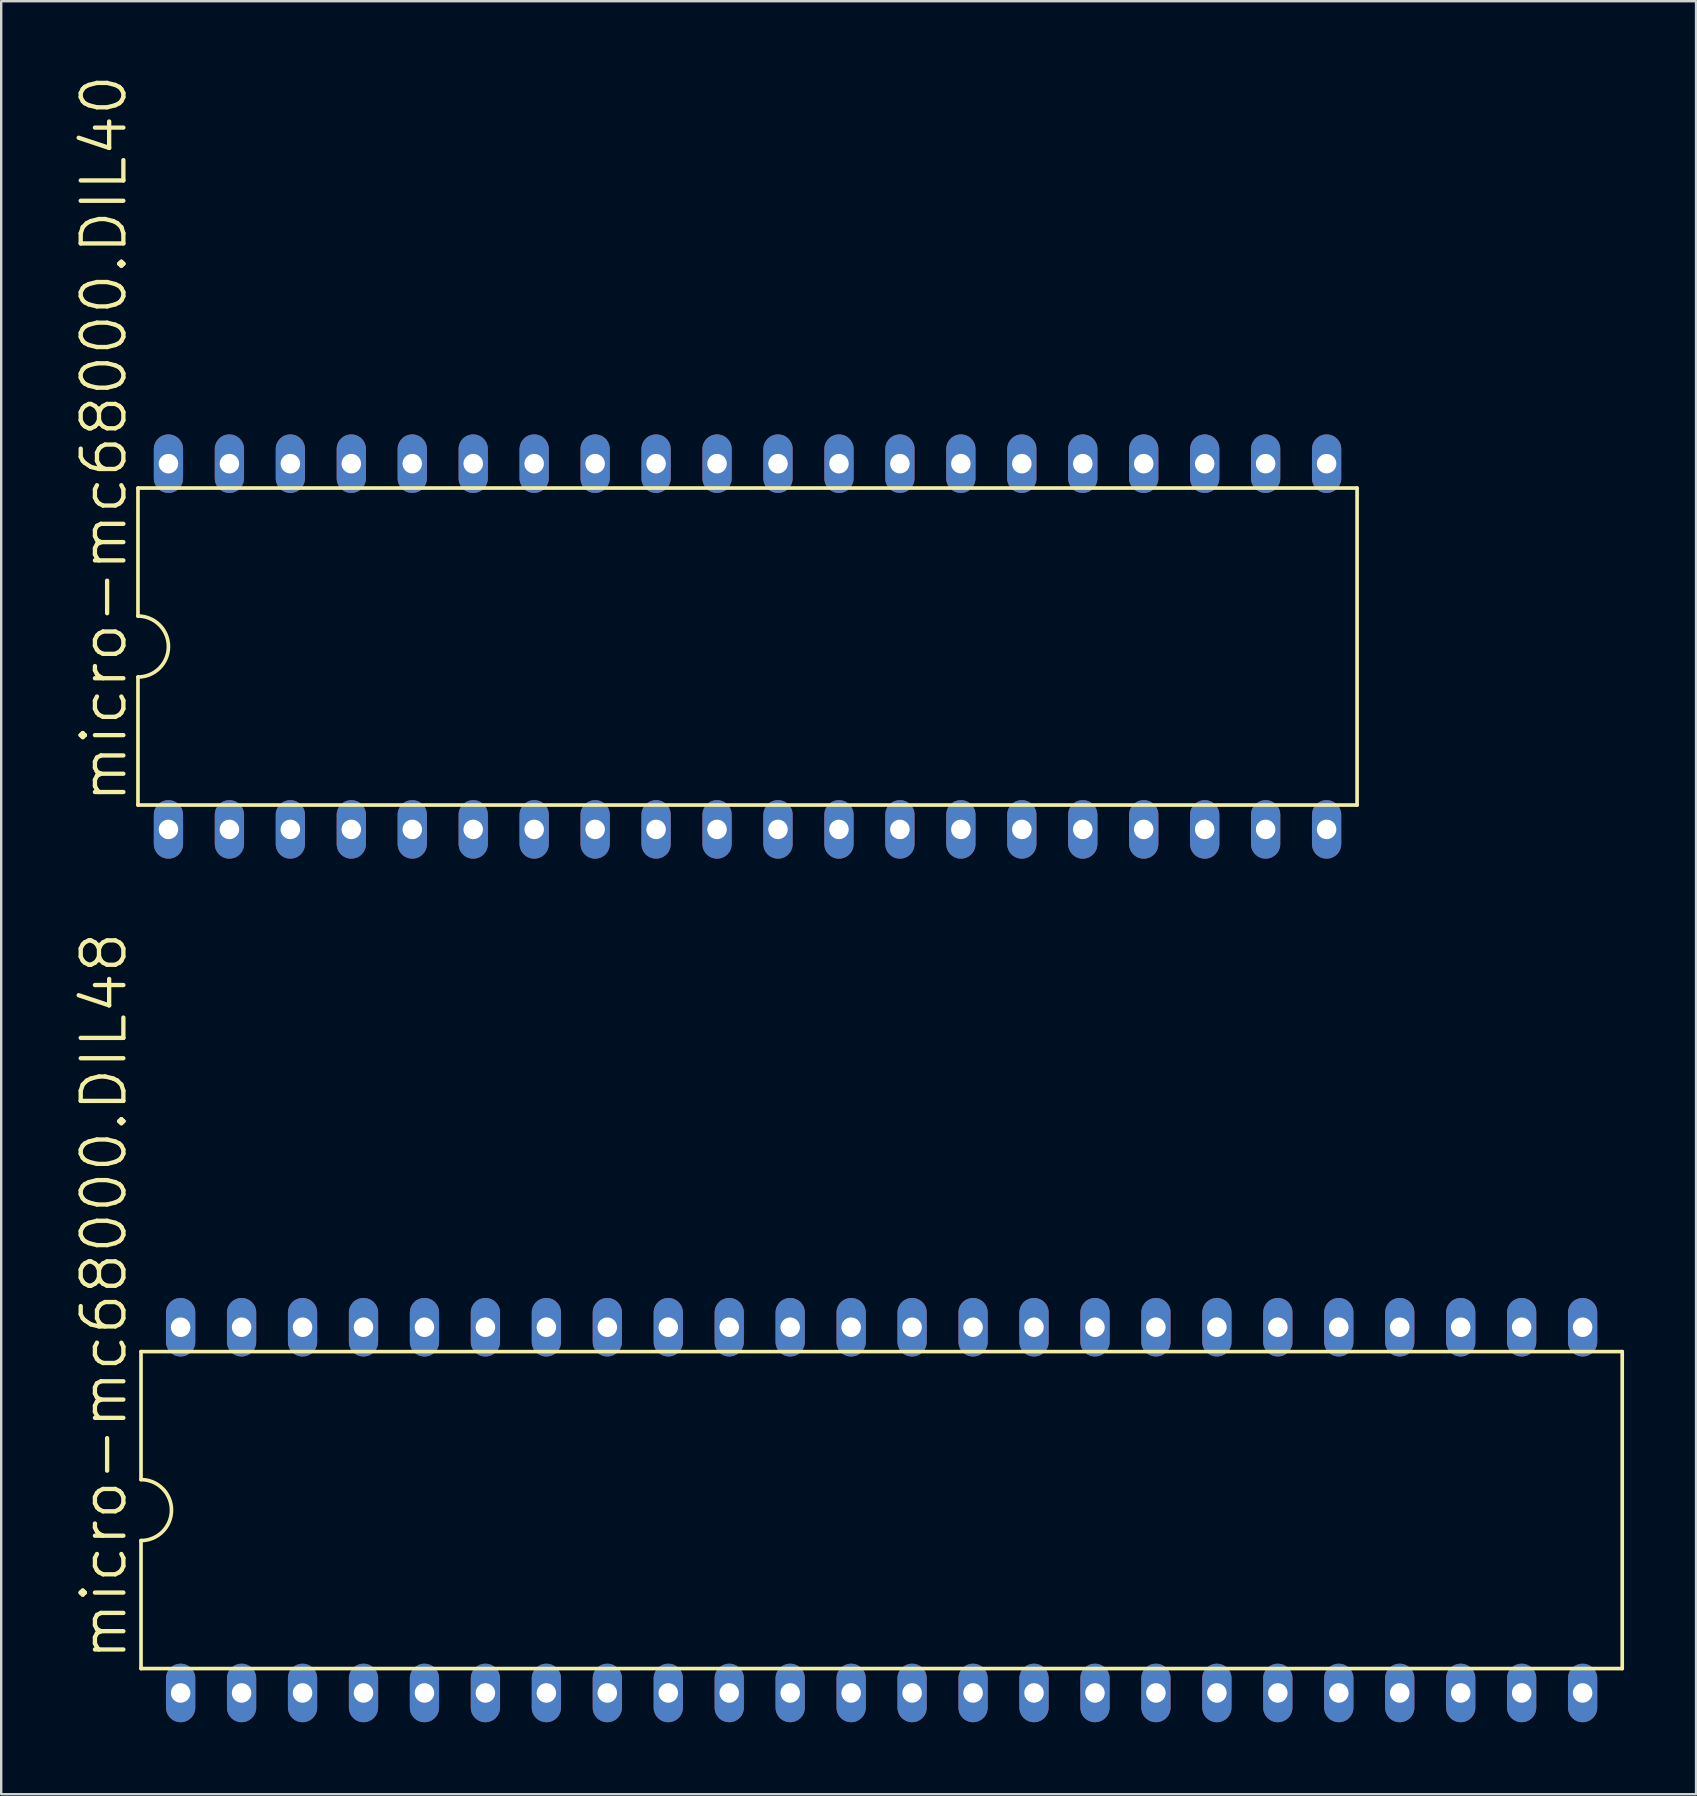
<source format=kicad_pcb>
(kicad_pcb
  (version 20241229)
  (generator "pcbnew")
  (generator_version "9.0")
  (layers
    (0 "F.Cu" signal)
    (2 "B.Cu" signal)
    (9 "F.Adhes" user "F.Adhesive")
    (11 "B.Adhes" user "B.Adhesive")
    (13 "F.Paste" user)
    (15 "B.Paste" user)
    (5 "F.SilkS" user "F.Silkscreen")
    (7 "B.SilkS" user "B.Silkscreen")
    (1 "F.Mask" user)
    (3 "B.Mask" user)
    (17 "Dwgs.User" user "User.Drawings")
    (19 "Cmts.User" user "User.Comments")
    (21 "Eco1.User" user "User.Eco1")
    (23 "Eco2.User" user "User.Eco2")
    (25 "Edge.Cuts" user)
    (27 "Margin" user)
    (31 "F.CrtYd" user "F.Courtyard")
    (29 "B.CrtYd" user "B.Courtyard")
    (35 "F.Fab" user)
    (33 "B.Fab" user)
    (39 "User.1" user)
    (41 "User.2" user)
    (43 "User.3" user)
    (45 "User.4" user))
  (footprint "micro-mc68000.DIL48"
    (layer "F.Cu")
    (at 33.687 59.875)
    (property "Reference" "micro-mc68000.DIL48" (at -31.369 6.35 90) (layer "F.SilkS") (effects (font (size 1.778 1.778) (thickness 0.18)) (justify left bottom)))
    (attr through_hole)
    (fp_line (start -30.861 -6.604) (end 30.861 -6.604) (stroke (width 0.152) (type default)) (layer "F.SilkS"))
    (fp_line (start -30.861 -1.27) (end -30.861 -6.604) (stroke (width 0.152) (type default)) (layer "F.SilkS"))
    (fp_line (start -30.861 1.27) (end -30.861 6.604) (stroke (width 0.152) (type default)) (layer "F.SilkS"))
    (fp_line (start -30.861 6.604) (end 30.861 6.604) (stroke (width 0.152) (type default)) (layer "F.SilkS"))
    (fp_line (start 30.861 6.604) (end 30.861 -6.604) (stroke (width 0.152) (type default)) (layer "F.SilkS"))
    (fp_arc (start -30.861 -1.27) (mid -29.591 0) (end -30.861 1.27) (stroke (width 0.1524) (type default)) (layer "F.SilkS"))
    (pad "1" thru_hole oval (at -29.21 7.62 90) (size 2.438 1.219) (drill 0.813) (layers "*.Cu" "*.Mask"))
    (pad "2" thru_hole oval (at -26.67 7.62 90) (size 2.438 1.219) (drill 0.813) (layers "*.Cu" "*.Mask"))
    (pad "3" thru_hole oval (at -24.13 7.62 90) (size 2.438 1.219) (drill 0.813) (layers "*.Cu" "*.Mask"))
    (pad "4" thru_hole oval (at -21.59 7.62 90) (size 2.438 1.219) (drill 0.813) (layers "*.Cu" "*.Mask"))
    (pad "5" thru_hole oval (at -19.05 7.62 90) (size 2.438 1.219) (drill 0.813) (layers "*.Cu" "*.Mask"))
    (pad "6" thru_hole oval (at -16.51 7.62 90) (size 2.438 1.219) (drill 0.813) (layers "*.Cu" "*.Mask"))
    (pad "7" thru_hole oval (at -13.97 7.62 90) (size 2.438 1.219) (drill 0.813) (layers "*.Cu" "*.Mask"))
    (pad "8" thru_hole oval (at -11.43 7.62 90) (size 2.438 1.219) (drill 0.813) (layers "*.Cu" "*.Mask"))
    (pad "9" thru_hole oval (at -8.89 7.62 90) (size 2.438 1.219) (drill 0.813) (layers "*.Cu" "*.Mask"))
    (pad "10" thru_hole oval (at -6.35 7.62 90) (size 2.438 1.219) (drill 0.813) (layers "*.Cu" "*.Mask"))
    (pad "11" thru_hole oval (at -3.81 7.62 90) (size 2.438 1.219) (drill 0.813) (layers "*.Cu" "*.Mask"))
    (pad "12" thru_hole oval (at -1.27 7.62 90) (size 2.438 1.219) (drill 0.813) (layers "*.Cu" "*.Mask"))
    (pad "13" thru_hole oval (at 1.27 7.62 90) (size 2.438 1.219) (drill 0.813) (layers "*.Cu" "*.Mask"))
    (pad "14" thru_hole oval (at 3.81 7.62 90) (size 2.438 1.219) (drill 0.813) (layers "*.Cu" "*.Mask"))
    (pad "15" thru_hole oval (at 6.35 7.62 90) (size 2.438 1.219) (drill 0.813) (layers "*.Cu" "*.Mask"))
    (pad "16" thru_hole oval (at 8.89 7.62 90) (size 2.438 1.219) (drill 0.813) (layers "*.Cu" "*.Mask"))
    (pad "17" thru_hole oval (at 11.43 7.62 90) (size 2.438 1.219) (drill 0.813) (layers "*.Cu" "*.Mask"))
    (pad "18" thru_hole oval (at 13.97 7.62 90) (size 2.438 1.219) (drill 0.813) (layers "*.Cu" "*.Mask"))
    (pad "19" thru_hole oval (at 16.51 7.62 90) (size 2.438 1.219) (drill 0.813) (layers "*.Cu" "*.Mask"))
    (pad "20" thru_hole oval (at 19.05 7.62 90) (size 2.438 1.219) (drill 0.813) (layers "*.Cu" "*.Mask"))
    (pad "21" thru_hole oval (at 21.59 7.62 90) (size 2.438 1.219) (drill 0.813) (layers "*.Cu" "*.Mask"))
    (pad "22" thru_hole oval (at 24.13 7.62 90) (size 2.438 1.219) (drill 0.813) (layers "*.Cu" "*.Mask"))
    (pad "23" thru_hole oval (at 26.67 7.62 90) (size 2.438 1.219) (drill 0.813) (layers "*.Cu" "*.Mask"))
    (pad "24" thru_hole oval (at 29.21 7.62 90) (size 2.438 1.219) (drill 0.813) (layers "*.Cu" "*.Mask"))
    (pad "25" thru_hole oval (at 29.21 -7.62 90) (size 2.438 1.219) (drill 0.813) (layers "*.Cu" "*.Mask"))
    (pad "26" thru_hole oval (at 26.67 -7.62 90) (size 2.438 1.219) (drill 0.813) (layers "*.Cu" "*.Mask"))
    (pad "27" thru_hole oval (at 24.13 -7.62 90) (size 2.438 1.219) (drill 0.813) (layers "*.Cu" "*.Mask"))
    (pad "28" thru_hole oval (at 21.59 -7.62 90) (size 2.438 1.219) (drill 0.813) (layers "*.Cu" "*.Mask"))
    (pad "29" thru_hole oval (at 19.05 -7.62 90) (size 2.438 1.219) (drill 0.813) (layers "*.Cu" "*.Mask"))
    (pad "30" thru_hole oval (at 16.51 -7.62 90) (size 2.438 1.219) (drill 0.813) (layers "*.Cu" "*.Mask"))
    (pad "31" thru_hole oval (at 13.97 -7.62 90) (size 2.438 1.219) (drill 0.813) (layers "*.Cu" "*.Mask"))
    (pad "32" thru_hole oval (at 11.43 -7.62 90) (size 2.438 1.219) (drill 0.813) (layers "*.Cu" "*.Mask"))
    (pad "33" thru_hole oval (at 8.89 -7.62 90) (size 2.438 1.219) (drill 0.813) (layers "*.Cu" "*.Mask"))
    (pad "34" thru_hole oval (at 6.35 -7.62 90) (size 2.438 1.219) (drill 0.813) (layers "*.Cu" "*.Mask"))
    (pad "35" thru_hole oval (at 3.81 -7.62 90) (size 2.438 1.219) (drill 0.813) (layers "*.Cu" "*.Mask"))
    (pad "36" thru_hole oval (at 1.27 -7.62 90) (size 2.438 1.219) (drill 0.813) (layers "*.Cu" "*.Mask"))
    (pad "37" thru_hole oval (at -1.27 -7.62 90) (size 2.438 1.219) (drill 0.813) (layers "*.Cu" "*.Mask"))
    (pad "38" thru_hole oval (at -3.81 -7.62 90) (size 2.438 1.219) (drill 0.813) (layers "*.Cu" "*.Mask"))
    (pad "39" thru_hole oval (at -6.35 -7.62 90) (size 2.438 1.219) (drill 0.813) (layers "*.Cu" "*.Mask"))
    (pad "40" thru_hole oval (at -8.89 -7.62 90) (size 2.438 1.219) (drill 0.813) (layers "*.Cu" "*.Mask"))
    (pad "41" thru_hole oval (at -11.43 -7.62 90) (size 2.438 1.219) (drill 0.813) (layers "*.Cu" "*.Mask"))
    (pad "42" thru_hole oval (at -13.97 -7.62 90) (size 2.438 1.219) (drill 0.813) (layers "*.Cu" "*.Mask"))
    (pad "43" thru_hole oval (at -16.51 -7.62 90) (size 2.438 1.219) (drill 0.813) (layers "*.Cu" "*.Mask"))
    (pad "44" thru_hole oval (at -19.05 -7.62 90) (size 2.438 1.219) (drill 0.813) (layers "*.Cu" "*.Mask"))
    (pad "45" thru_hole oval (at -21.59 -7.62 90) (size 2.438 1.219) (drill 0.813) (layers "*.Cu" "*.Mask"))
    (pad "46" thru_hole oval (at -24.13 -7.62 90) (size 2.438 1.219) (drill 0.813) (layers "*.Cu" "*.Mask"))
    (pad "47" thru_hole oval (at -26.67 -7.62 90) (size 2.438 1.219) (drill 0.813) (layers "*.Cu" "*.Mask"))
    (pad "48" thru_hole oval (at -29.21 -7.62 90) (size 2.438 1.219) (drill 0.813) (layers "*.Cu" "*.Mask")))
  (footprint "micro-mc68000.DIL40"
    (layer "F.Cu")
    (at 28.099 23.891)
    (property "Reference" "micro-mc68000.DIL40" (at -25.781 6.604 90) (layer "F.SilkS") (effects (font (size 1.778 1.778) (thickness 0.18)) (justify left bottom)))
    (attr through_hole)
    (fp_line (start -25.4 -6.604) (end -25.4 -1.27) (stroke (width 0.152) (type default)) (layer "F.SilkS"))
    (fp_line (start -25.4 -6.604) (end 25.4 -6.604) (stroke (width 0.152) (type default)) (layer "F.SilkS"))
    (fp_line (start -25.4 1.27) (end -25.4 6.604) (stroke (width 0.152) (type default)) (layer "F.SilkS"))
    (fp_line (start -25.4 6.604) (end 25.4 6.604) (stroke (width 0.152) (type default)) (layer "F.SilkS"))
    (fp_line (start 25.4 6.604) (end 25.4 -6.604) (stroke (width 0.152) (type default)) (layer "F.SilkS"))
    (fp_arc (start -25.4 -1.27) (mid -24.13 0) (end -25.4 1.27) (stroke (width 0.1524) (type default)) (layer "F.SilkS"))
    (pad "1" thru_hole oval (at -24.13 7.62 90) (size 2.438 1.219) (drill 0.813) (layers "*.Cu" "*.Mask"))
    (pad "2" thru_hole oval (at -21.59 7.62 90) (size 2.438 1.219) (drill 0.813) (layers "*.Cu" "*.Mask"))
    (pad "3" thru_hole oval (at -19.05 7.62 90) (size 2.438 1.219) (drill 0.813) (layers "*.Cu" "*.Mask"))
    (pad "4" thru_hole oval (at -16.51 7.62 90) (size 2.438 1.219) (drill 0.813) (layers "*.Cu" "*.Mask"))
    (pad "5" thru_hole oval (at -13.97 7.62 90) (size 2.438 1.219) (drill 0.813) (layers "*.Cu" "*.Mask"))
    (pad "6" thru_hole oval (at -11.43 7.62 90) (size 2.438 1.219) (drill 0.813) (layers "*.Cu" "*.Mask"))
    (pad "7" thru_hole oval (at -8.89 7.62 90) (size 2.438 1.219) (drill 0.813) (layers "*.Cu" "*.Mask"))
    (pad "8" thru_hole oval (at -6.35 7.62 90) (size 2.438 1.219) (drill 0.813) (layers "*.Cu" "*.Mask"))
    (pad "9" thru_hole oval (at -3.81 7.62 90) (size 2.438 1.219) (drill 0.813) (layers "*.Cu" "*.Mask"))
    (pad "10" thru_hole oval (at -1.27 7.62 90) (size 2.438 1.219) (drill 0.813) (layers "*.Cu" "*.Mask"))
    (pad "11" thru_hole oval (at 1.27 7.62 90) (size 2.438 1.219) (drill 0.813) (layers "*.Cu" "*.Mask"))
    (pad "12" thru_hole oval (at 3.81 7.62 90) (size 2.438 1.219) (drill 0.813) (layers "*.Cu" "*.Mask"))
    (pad "13" thru_hole oval (at 6.35 7.62 90) (size 2.438 1.219) (drill 0.813) (layers "*.Cu" "*.Mask"))
    (pad "14" thru_hole oval (at 8.89 7.62 90) (size 2.438 1.219) (drill 0.813) (layers "*.Cu" "*.Mask"))
    (pad "15" thru_hole oval (at 11.43 7.62 90) (size 2.438 1.219) (drill 0.813) (layers "*.Cu" "*.Mask"))
    (pad "16" thru_hole oval (at 13.97 7.62 90) (size 2.438 1.219) (drill 0.813) (layers "*.Cu" "*.Mask"))
    (pad "17" thru_hole oval (at 16.51 7.62 90) (size 2.438 1.219) (drill 0.813) (layers "*.Cu" "*.Mask"))
    (pad "18" thru_hole oval (at 19.05 7.62 90) (size 2.438 1.219) (drill 0.813) (layers "*.Cu" "*.Mask"))
    (pad "19" thru_hole oval (at 21.59 7.62 90) (size 2.438 1.219) (drill 0.813) (layers "*.Cu" "*.Mask"))
    (pad "20" thru_hole oval (at 24.13 7.62 90) (size 2.438 1.219) (drill 0.813) (layers "*.Cu" "*.Mask"))
    (pad "21" thru_hole oval (at 24.13 -7.62 90) (size 2.438 1.219) (drill 0.813) (layers "*.Cu" "*.Mask"))
    (pad "22" thru_hole oval (at 21.59 -7.62 90) (size 2.438 1.219) (drill 0.813) (layers "*.Cu" "*.Mask"))
    (pad "23" thru_hole oval (at 19.05 -7.62 90) (size 2.438 1.219) (drill 0.813) (layers "*.Cu" "*.Mask"))
    (pad "24" thru_hole oval (at 16.51 -7.62 90) (size 2.438 1.219) (drill 0.813) (layers "*.Cu" "*.Mask"))
    (pad "25" thru_hole oval (at 13.97 -7.62 90) (size 2.438 1.219) (drill 0.813) (layers "*.Cu" "*.Mask"))
    (pad "26" thru_hole oval (at 11.43 -7.62 90) (size 2.438 1.219) (drill 0.813) (layers "*.Cu" "*.Mask"))
    (pad "27" thru_hole oval (at 8.89 -7.62 90) (size 2.438 1.219) (drill 0.813) (layers "*.Cu" "*.Mask"))
    (pad "28" thru_hole oval (at 6.35 -7.62 90) (size 2.438 1.219) (drill 0.813) (layers "*.Cu" "*.Mask"))
    (pad "29" thru_hole oval (at 3.81 -7.62 90) (size 2.438 1.219) (drill 0.813) (layers "*.Cu" "*.Mask"))
    (pad "30" thru_hole oval (at 1.27 -7.62 90) (size 2.438 1.219) (drill 0.813) (layers "*.Cu" "*.Mask"))
    (pad "31" thru_hole oval (at -1.27 -7.62 90) (size 2.438 1.219) (drill 0.813) (layers "*.Cu" "*.Mask"))
    (pad "32" thru_hole oval (at -3.81 -7.62 90) (size 2.438 1.219) (drill 0.813) (layers "*.Cu" "*.Mask"))
    (pad "33" thru_hole oval (at -6.35 -7.62 90) (size 2.438 1.219) (drill 0.813) (layers "*.Cu" "*.Mask"))
    (pad "34" thru_hole oval (at -8.89 -7.62 90) (size 2.438 1.219) (drill 0.813) (layers "*.Cu" "*.Mask"))
    (pad "35" thru_hole oval (at -11.43 -7.62 90) (size 2.438 1.219) (drill 0.813) (layers "*.Cu" "*.Mask"))
    (pad "36" thru_hole oval (at -13.97 -7.62 90) (size 2.438 1.219) (drill 0.813) (layers "*.Cu" "*.Mask"))
    (pad "37" thru_hole oval (at -16.51 -7.62 90) (size 2.438 1.219) (drill 0.813) (layers "*.Cu" "*.Mask"))
    (pad "38" thru_hole oval (at -19.05 -7.62 90) (size 2.438 1.219) (drill 0.813) (layers "*.Cu" "*.Mask"))
    (pad "39" thru_hole oval (at -21.59 -7.62 90) (size 2.438 1.219) (drill 0.813) (layers "*.Cu" "*.Mask"))
    (pad "40" thru_hole oval (at -24.13 -7.62 90) (size 2.438 1.219) (drill 0.813) (layers "*.Cu" "*.Mask")))
  (gr_rect
    (start -3 -3)
    (end 67.624 71.715)
    (stroke (width 0.1) (type default))
    (fill no)
    (layer "Edge.Cuts")))
</source>
